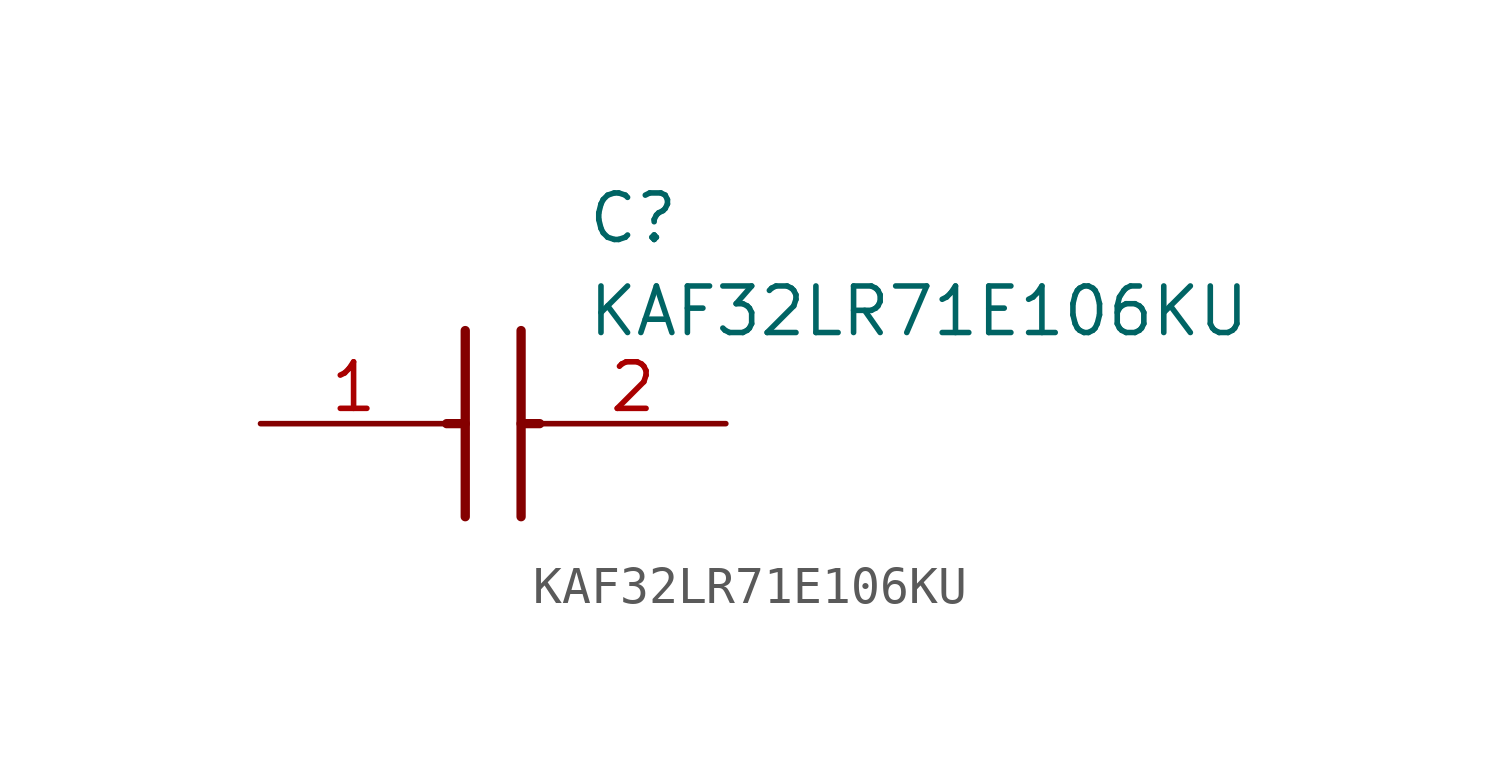
<source format=kicad_sym>
(kicad_symbol_lib
  (version 20211014)
  (generator SamacSys_ECAD_Model)
  (symbol "KAF32LR71E106KU"
    (pin_names hide)
    (property "Reference" "C"
      (at 8.89 6.35 0)
      (effects (font (size 1.27 1.27)) (justify left top)))
    (property "Value" "KAF32LR71E106KU"
      (at 8.89 3.81 0)
      (effects (font (size 1.27 1.27)) (justify left top)))
    (polyline
      (pts (xy 5.588 2.54) (xy 5.588 -2.54))
      (stroke (width 0.254) (type default))
      (fill (type none)))
    (polyline
      (pts (xy 7.112 2.54) (xy 7.112 -2.54))
      (stroke (width 0.254) (type default))
      (fill (type none)))
    (polyline
      (pts (xy 5.08 0) (xy 5.588 0))
      (stroke (width 0.254) (type default))
      (fill (type none)))
    (polyline
      (pts (xy 7.112 0) (xy 7.62 0))
      (stroke (width 0.254) (type default))
      (fill (type none)))
    (pin passive line
      (at 0 0 0)
      (length 5.08)
      (name "1" (effects (font (size 1.27 1.27))))
      (number "1" (effects (font (size 1.27 1.27)))))
    (pin passive line
      (at 12.7 0 180)
      (length 5.08)
      (name "2" (effects (font (size 1.27 1.27))))
      (number "2" (effects (font (size 1.27 1.27)))))))
</source>
